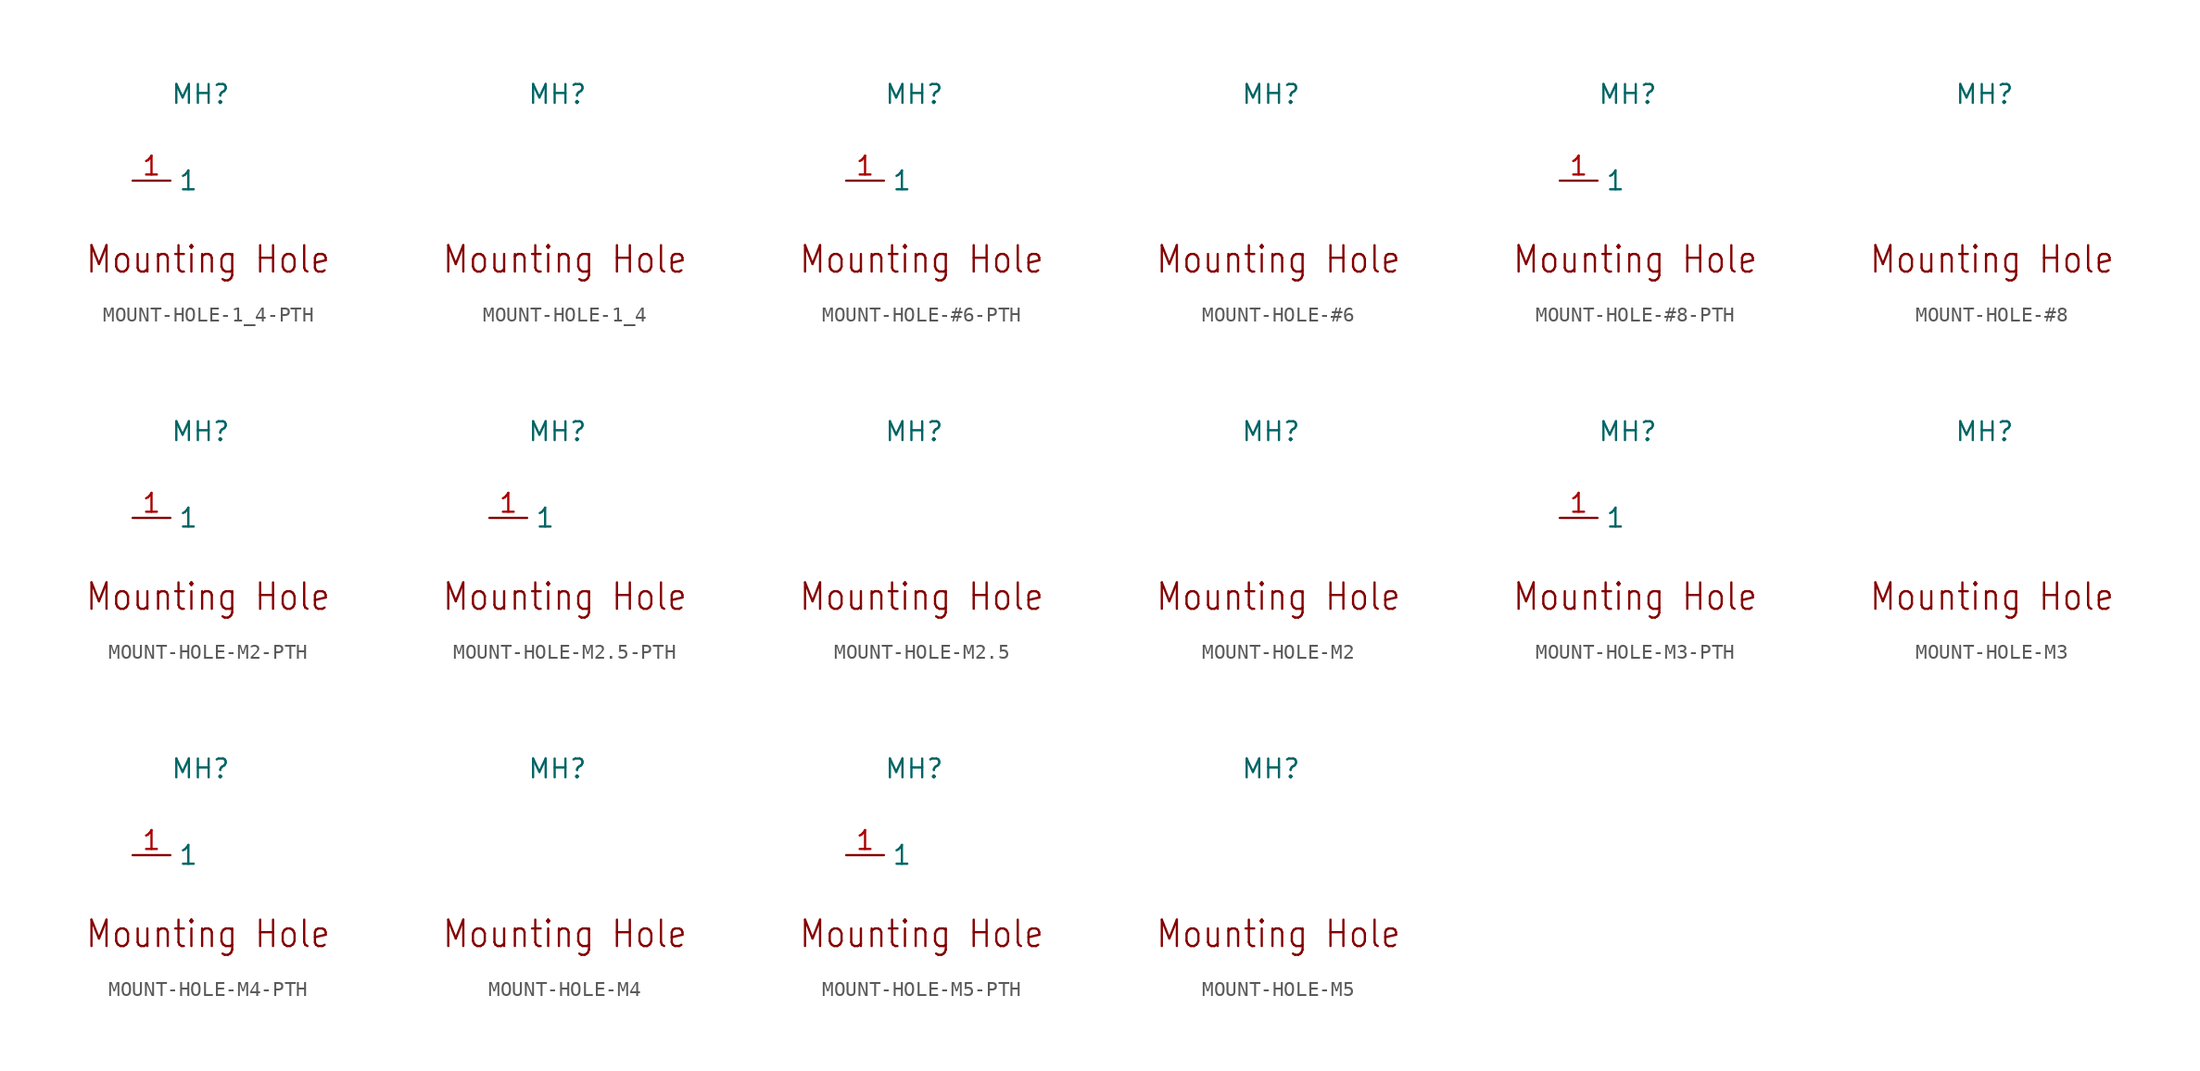
<source format=kicad_sym>
(kicad_symbol_lib
  (version 20211014)
  (generator kicad_symbol_editor)
  (symbol "MOUNT-HOLE-1_4-PTH"
    (pin_names)
    (property "Reference" "MH"
      (at -2.54 5.08 0)
      (effects (font (size 1.27 1.27)) (justify left bottom)))
    (property "Datasheet" ""
      (at 0 0 0))
    (property "ki_description" "Mount Hole  - 1/4 PTH   Technical Specifications:    Hole Diameter: 0.266\"   Screw Head Clearance: 0.375\"     "
      (at 0 0 0))
    (property "ki_fp_filters" "FlashPCB_Hardware:MOUNT-HOLE-1_4-PTH FlashPCB_Hardware:MOUNT-HOLE-1_4-PTH-NO-SILK"
      (at 0 0 0))
    (symbol "MOUNT-HOLE-1_4-PTH_1_1"
      (text "Mounting Hole" (at 0 -6.35 0) (effects (font (size 1.778 1.52)) (justify bottom)))
      (circle private (center 0 0) (radius 2.54) (stroke (width 0.254) (type default)) (fill (type none)))
      (circle private (center 0 0) (radius 3.592) (stroke (width 0.254) (type default)) (fill (type none)))
      (pin bidirectional line (at -5.08 0 0) (length 2.54) (name "1" (effects (font (size 1.27 1.27)))) (number "1" (effects (font (size 1.27 1.27)))))))
  (symbol "MOUNT-HOLE-1_4"
    (property "Reference" "MH"
      (at -2.54 5.08 0)
      (effects (font (size 1.27 1.27)) (justify left bottom)))
    (property "Datasheet" ""
      (at 0 0 0))
    (property "ki_description" "Mount Hole  - 1/4   Technical Specifications:    Hole Diameter: 0.266\"   Screw Head Clearance: 0.375\"     "
      (at 0 0 0))
    (property "ki_fp_filters" "FlashPCB_Hardware:MOUNT-HOLE-1_4 FlashPCB_Hardware:MOUNT-HOLE-1_4-NO-SILK"
      (at 0 0 0))
    (symbol "MOUNT-HOLE-1_4_1_1"
      (text "Mounting Hole" (at 0 -6.35 0) (effects (font (size 1.778 1.52)) (justify bottom)))
      (circle private (center 0 0) (radius 2.54) (stroke (width 0.254) (type default)) (fill (type none)))
      (circle private (center 0 0) (radius 3.592) (stroke (width 0.254) (type default)) (fill (type none)))))
  (symbol "MOUNT-HOLE-#6-PTH"
    (pin_names)
    (property "Reference" "MH"
      (at -2.54 5.08 0)
      (effects (font (size 1.27 1.27)) (justify left bottom)))
    (property "Datasheet" ""
      (at 0 0 0))
    (property "ki_description" "Mount Hole  - #6 PTH   Technical Specifications:    Hole Diameter: 0.1495\"   Screw Head Clearance: 0.226\"     "
      (at 0 0 0))
    (property "ki_fp_filters" "FlashPCB_Hardware:MOUNT-HOLE-#6-PTH FlashPCB_Hardware:MOUNT-HOLE-#6-PTH-NO-SILK"
      (at 0 0 0))
    (symbol "MOUNT-HOLE-#6-PTH_1_1"
      (text "Mounting Hole" (at 0 -6.35 0) (effects (font (size 1.778 1.52)) (justify bottom)))
      (circle private (center 0 0) (radius 2.54) (stroke (width 0.254) (type default)) (fill (type none)))
      (circle private (center 0 0) (radius 3.592) (stroke (width 0.254) (type default)) (fill (type none)))
      (pin bidirectional line (at -5.08 0 0) (length 2.54) (name "1" (effects (font (size 1.27 1.27)))) (number "1" (effects (font (size 1.27 1.27)))))))
  (symbol "MOUNT-HOLE-#6"
    (property "Reference" "MH"
      (at -2.54 5.08 0)
      (effects (font (size 1.27 1.27)) (justify left bottom)))
    (property "Datasheet" ""
      (at 0 0 0))
    (property "ki_description" "Mount Hole  - #6   Technical Specifications:    Hole Diameter: 0.1495\"   Screw Head Clearance: 0.226\"     "
      (at 0 0 0))
    (property "ki_fp_filters" "FlashPCB_Hardware:MOUNT-HOLE-#6 FlashPCB_Hardware:MOUNT-HOLE-#6-NO-SILK"
      (at 0 0 0))
    (symbol "MOUNT-HOLE-#6_1_1"
      (text "Mounting Hole" (at 0 -6.35 0) (effects (font (size 1.778 1.52)) (justify bottom)))
      (circle private (center 0 0) (radius 2.54) (stroke (width 0.254) (type default)) (fill (type none)))
      (circle private (center 0 0) (radius 3.592) (stroke (width 0.254) (type default)) (fill (type none)))))
  (symbol "MOUNT-HOLE-#8-PTH"
    (pin_names)
    (property "Reference" "MH"
      (at -2.54 5.08 0)
      (effects (font (size 1.27 1.27)) (justify left bottom)))
    (property "Datasheet" ""
      (at 0 0 0))
    (property "ki_description" "Mount Hole  - #8 PTH   Technical Specifications:    Hole Diameter: 0.177\"   Screw Head Clearance: 0.270\"     "
      (at 0 0 0))
    (property "ki_fp_filters" "FlashPCB_Hardware:MOUNT-HOLE-#8-PTH FlashPCB_Hardware:MOUNT-HOLE-#8-PTH-NO-SILK"
      (at 0 0 0))
    (symbol "MOUNT-HOLE-#8-PTH_1_1"
      (text "Mounting Hole" (at 0 -6.35 0) (effects (font (size 1.778 1.52)) (justify bottom)))
      (circle private (center 0 0) (radius 2.54) (stroke (width 0.254) (type default)) (fill (type none)))
      (circle private (center 0 0) (radius 3.592) (stroke (width 0.254) (type default)) (fill (type none)))
      (pin bidirectional line (at -5.08 0 0) (length 2.54) (name "1" (effects (font (size 1.27 1.27)))) (number "1" (effects (font (size 1.27 1.27)))))))
  (symbol "MOUNT-HOLE-#8"
    (property "Reference" "MH"
      (at -2.54 5.08 0)
      (effects (font (size 1.27 1.27)) (justify left bottom)))
    (property "Datasheet" ""
      (at 0 0 0))
    (property "ki_description" "Mount Hole  - #8   Technical Specifications:    Hole Diameter: 0.177\"   Screw Head Clearance: 0.270\"     "
      (at 0 0 0))
    (property "ki_fp_filters" "FlashPCB_Hardware:MOUNT-HOLE-#8 FlashPCB_Hardware:MOUNT-HOLE-#8-NO-SILK"
      (at 0 0 0))
    (symbol "MOUNT-HOLE-#8_1_1"
      (text "Mounting Hole" (at 0 -6.35 0) (effects (font (size 1.778 1.52)) (justify bottom)))
      (circle private (center 0 0) (radius 2.54) (stroke (width 0.254) (type default)) (fill (type none)))
      (circle private (center 0 0) (radius 3.592) (stroke (width 0.254) (type default)) (fill (type none)))))
  (symbol "MOUNT-HOLE-M2-PTH"
    (pin_names)
    (property "Reference" "MH"
      (at -2.54 5.08 0)
      (effects (font (size 1.27 1.27)) (justify left bottom)))
    (property "Datasheet" ""
      (at 0 0 0))
    (property "ki_description" "Mount Hole  - M2 PTH   Technical Specifications:    Hole Diameter: 2.4mm   Screw Head Clearance: 3.8mm     "
      (at 0 0 0))
    (property "ki_fp_filters" "FlashPCB_Hardware:MOUNT-HOLE-M2-PTH FlashPCB_Hardware:MOUNT-HOLE-M2-PTH-NO-SILK"
      (at 0 0 0))
    (symbol "MOUNT-HOLE-M2-PTH_1_1"
      (text "Mounting Hole" (at 0 -6.35 0) (effects (font (size 1.778 1.52)) (justify bottom)))
      (circle private (center 0 0) (radius 2.54) (stroke (width 0.254) (type default)) (fill (type none)))
      (circle private (center 0 0) (radius 3.592) (stroke (width 0.254) (type default)) (fill (type none)))
      (pin bidirectional line (at -5.08 0 0) (length 2.54) (name "1" (effects (font (size 1.27 1.27)))) (number "1" (effects (font (size 1.27 1.27)))))))
  (symbol "MOUNT-HOLE-M2.5-PTH"
    (pin_names)
    (property "Reference" "MH"
      (at -2.54 5.08 0)
      (effects (font (size 1.27 1.27)) (justify left bottom)))
    (property "Datasheet" ""
      (at 0 0 0))
    (property "ki_description" "Mount Hole  - M2.5 PTH   Technical Specifications:    Hole Diameter: 2.9mm   Screw Head Clearance: 4.5mm     "
      (at 0 0 0))
    (property "ki_fp_filters" "FlashPCB_Hardware:MOUNT-HOLE-M2.5-PTH FlashPCB_Hardware:MOUNT-HOLE-M2.5-PTH-NO-SILK"
      (at 0 0 0))
    (symbol "MOUNT-HOLE-M2.5-PTH_1_1"
      (text "Mounting Hole" (at 0 -6.35 0) (effects (font (size 1.778 1.52)) (justify bottom)))
      (circle private (center 0 0) (radius 2.54) (stroke (width 0.254) (type default)) (fill (type none)))
      (circle private (center 0 0) (radius 3.592) (stroke (width 0.254) (type default)) (fill (type none)))
      (pin bidirectional line (at -5.08 0 0) (length 2.54) (name "1" (effects (font (size 1.27 1.27)))) (number "1" (effects (font (size 1.27 1.27)))))))
  (symbol "MOUNT-HOLE-M2.5"
    (property "Reference" "MH"
      (at -2.54 5.08 0)
      (effects (font (size 1.27 1.27)) (justify left bottom)))
    (property "Datasheet" ""
      (at 0 0 0))
    (property "ki_description" "Mount Hole  - M2.5   Technical Specifications:    Hole Diameter: 2.9mm   Screw Head Clearance: 4.5mm     "
      (at 0 0 0))
    (property "ki_fp_filters" "FlashPCB_Hardware:MOUNT-HOLE-M2.5 FlashPCB_Hardware:MOUNT-HOLE-M2.5-NO-SILK"
      (at 0 0 0))
    (symbol "MOUNT-HOLE-M2.5_1_1"
      (text "Mounting Hole" (at 0 -6.35 0) (effects (font (size 1.778 1.52)) (justify bottom)))
      (circle private (center 0 0) (radius 2.54) (stroke (width 0.254) (type default)) (fill (type none)))
      (circle private (center 0 0) (radius 3.592) (stroke (width 0.254) (type default)) (fill (type none)))))
  (symbol "MOUNT-HOLE-M2"
    (property "Reference" "MH"
      (at -2.54 5.08 0)
      (effects (font (size 1.27 1.27)) (justify left bottom)))
    (property "Datasheet" ""
      (at 0 0 0))
    (property "ki_description" "Mount Hole  - M2   Technical Specifications:    Hole Diameter: 2.4mm   Screw Head Clearance: 3.8mm     "
      (at 0 0 0))
    (property "ki_fp_filters" "FlashPCB_Hardware:MOUNT-HOLE-M2 FlashPCB_Hardware:MOUNT-HOLE-M2-NO-SILK"
      (at 0 0 0))
    (symbol "MOUNT-HOLE-M2_1_1"
      (text "Mounting Hole" (at 0 -6.35 0) (effects (font (size 1.778 1.52)) (justify bottom)))
      (circle private (center 0 0) (radius 2.54) (stroke (width 0.254) (type default)) (fill (type none)))
      (circle private (center 0 0) (radius 3.592) (stroke (width 0.254) (type default)) (fill (type none)))))
  (symbol "MOUNT-HOLE-M3-PTH"
    (pin_names)
    (property "Reference" "MH"
      (at -2.54 5.08 0)
      (effects (font (size 1.27 1.27)) (justify left bottom)))
    (property "Datasheet" ""
      (at 0 0 0))
    (property "ki_description" "Mount Hole  - M3 PTH   Technical Specifications:    Hole Diameter: 3.4mm   Screw Head Clearance: 5.5mm     "
      (at 0 0 0))
    (property "ki_fp_filters" "FlashPCB_Hardware:MOUNT-HOLE-M3-PTH FlashPCB_Hardware:MOUNT-HOLE-M3-PTH-NO-SILK"
      (at 0 0 0))
    (symbol "MOUNT-HOLE-M3-PTH_1_1"
      (text "Mounting Hole" (at 0 -6.35 0) (effects (font (size 1.778 1.52)) (justify bottom)))
      (circle private (center 0 0) (radius 2.54) (stroke (width 0.254) (type default)) (fill (type none)))
      (circle private (center 0 0) (radius 3.592) (stroke (width 0.254) (type default)) (fill (type none)))
      (pin bidirectional line (at -5.08 0 0) (length 2.54) (name "1" (effects (font (size 1.27 1.27)))) (number "1" (effects (font (size 1.27 1.27)))))))
  (symbol "MOUNT-HOLE-M3"
    (property "Reference" "MH"
      (at -2.54 5.08 0)
      (effects (font (size 1.27 1.27)) (justify left bottom)))
    (property "Datasheet" ""
      (at 0 0 0))
    (property "ki_description" "Mount Hole  - M3   Technical Specifications:    Hole Diameter: 3.4mm   Screw Head Clearance: 5.5mm     "
      (at 0 0 0))
    (property "ki_fp_filters" "FlashPCB_Hardware:MOUNT-HOLE-M3 FlashPCB_Hardware:MOUNT-HOLE-M3-NO-SILK"
      (at 0 0 0))
    (symbol "MOUNT-HOLE-M3_1_1"
      (text "Mounting Hole" (at 0 -6.35 0) (effects (font (size 1.778 1.52)) (justify bottom)))
      (circle private (center 0 0) (radius 2.54) (stroke (width 0.254) (type default)) (fill (type none)))
      (circle private (center 0 0) (radius 3.592) (stroke (width 0.254) (type default)) (fill (type none)))))
  (symbol "MOUNT-HOLE-M4-PTH"
    (pin_names)
    (property "Reference" "MH"
      (at -2.54 5.08 0)
      (effects (font (size 1.27 1.27)) (justify left bottom)))
    (property "Datasheet" ""
      (at 0 0 0))
    (property "ki_description" "Mount Hole  - M4 PTH   Technical Specifications:    Hole Diameter: 4.5mm   Screw Head Clearance: 7mm     "
      (at 0 0 0))
    (property "ki_fp_filters" "FlashPCB_Hardware:MOUNT-HOLE-M4-PTH FlashPCB_Hardware:MOUNT-HOLE-M4-PTH-NO-SILK"
      (at 0 0 0))
    (symbol "MOUNT-HOLE-M4-PTH_1_1"
      (text "Mounting Hole" (at 0 -6.35 0) (effects (font (size 1.778 1.52)) (justify bottom)))
      (circle private (center 0 0) (radius 2.54) (stroke (width 0.254) (type default)) (fill (type none)))
      (circle private (center 0 0) (radius 3.592) (stroke (width 0.254) (type default)) (fill (type none)))
      (pin bidirectional line (at -5.08 0 0) (length 2.54) (name "1" (effects (font (size 1.27 1.27)))) (number "1" (effects (font (size 1.27 1.27)))))))
  (symbol "MOUNT-HOLE-M4"
    (property "Reference" "MH"
      (at -2.54 5.08 0)
      (effects (font (size 1.27 1.27)) (justify left bottom)))
    (property "Datasheet" ""
      (at 0 0 0))
    (property "ki_description" "Mount Hole  - M4   Technical Specifications:    Hole Diameter: 4.5mm   Screw Head Clearance: 7mm     "
      (at 0 0 0))
    (property "ki_fp_filters" "FlashPCB_Hardware:MOUNT-HOLE-M4 FlashPCB_Hardware:MOUNT-HOLE-M4-NO-SILK"
      (at 0 0 0))
    (symbol "MOUNT-HOLE-M4_1_1"
      (text "Mounting Hole" (at 0 -6.35 0) (effects (font (size 1.778 1.52)) (justify bottom)))
      (circle private (center 0 0) (radius 2.54) (stroke (width 0.254) (type default)) (fill (type none)))
      (circle private (center 0 0) (radius 3.592) (stroke (width 0.254) (type default)) (fill (type none)))))
  (symbol "MOUNT-HOLE-M5-PTH"
    (pin_names)
    (property "Reference" "MH"
      (at -2.54 5.08 0)
      (effects (font (size 1.27 1.27)) (justify left bottom)))
    (property "Datasheet" ""
      (at 0 0 0))
    (property "ki_description" "Mount Hole  - M5 PTH   Technical Specifications:    Hole Diameter: 5.5mm   Screw Head Clearance: 8.5mm     "
      (at 0 0 0))
    (property "ki_fp_filters" "FlashPCB_Hardware:MOUNT-HOLE-M5-PTH FlashPCB_Hardware:MOUNT-HOLE-M5-PTH-NO-SILK"
      (at 0 0 0))
    (symbol "MOUNT-HOLE-M5-PTH_1_1"
      (text "Mounting Hole" (at 0 -6.35 0) (effects (font (size 1.778 1.52)) (justify bottom)))
      (circle private (center 0 0) (radius 2.54) (stroke (width 0.254) (type default)) (fill (type none)))
      (circle private (center 0 0) (radius 3.592) (stroke (width 0.254) (type default)) (fill (type none)))
      (pin bidirectional line (at -5.08 0 0) (length 2.54) (name "1" (effects (font (size 1.27 1.27)))) (number "1" (effects (font (size 1.27 1.27)))))))
  (symbol "MOUNT-HOLE-M5"
    (property "Reference" "MH"
      (at -2.54 5.08 0)
      (effects (font (size 1.27 1.27)) (justify left bottom)))
    (property "Datasheet" ""
      (at 0 0 0))
    (property "ki_description" "Mount Hole  - M5   Technical Specifications:    Hole Diameter: 5.5mm   Screw Head Clearance: 8.5mm     "
      (at 0 0 0))
    (property "ki_fp_filters" "FlashPCB_Hardware:MOUNT-HOLE-M5 FlashPCB_Hardware:MOUNT-HOLE-M5-NO-SILK"
      (at 0 0 0))
    (symbol "MOUNT-HOLE-M5_1_1"
      (text "Mounting Hole" (at 0 -6.35 0) (effects (font (size 1.778 1.52)) (justify bottom)))
      (circle private (center 0 0) (radius 2.54) (stroke (width 0.254) (type default)) (fill (type none)))
      (circle private (center 0 0) (radius 3.592) (stroke (width 0.254) (type default)) (fill (type none))))))
</source>
